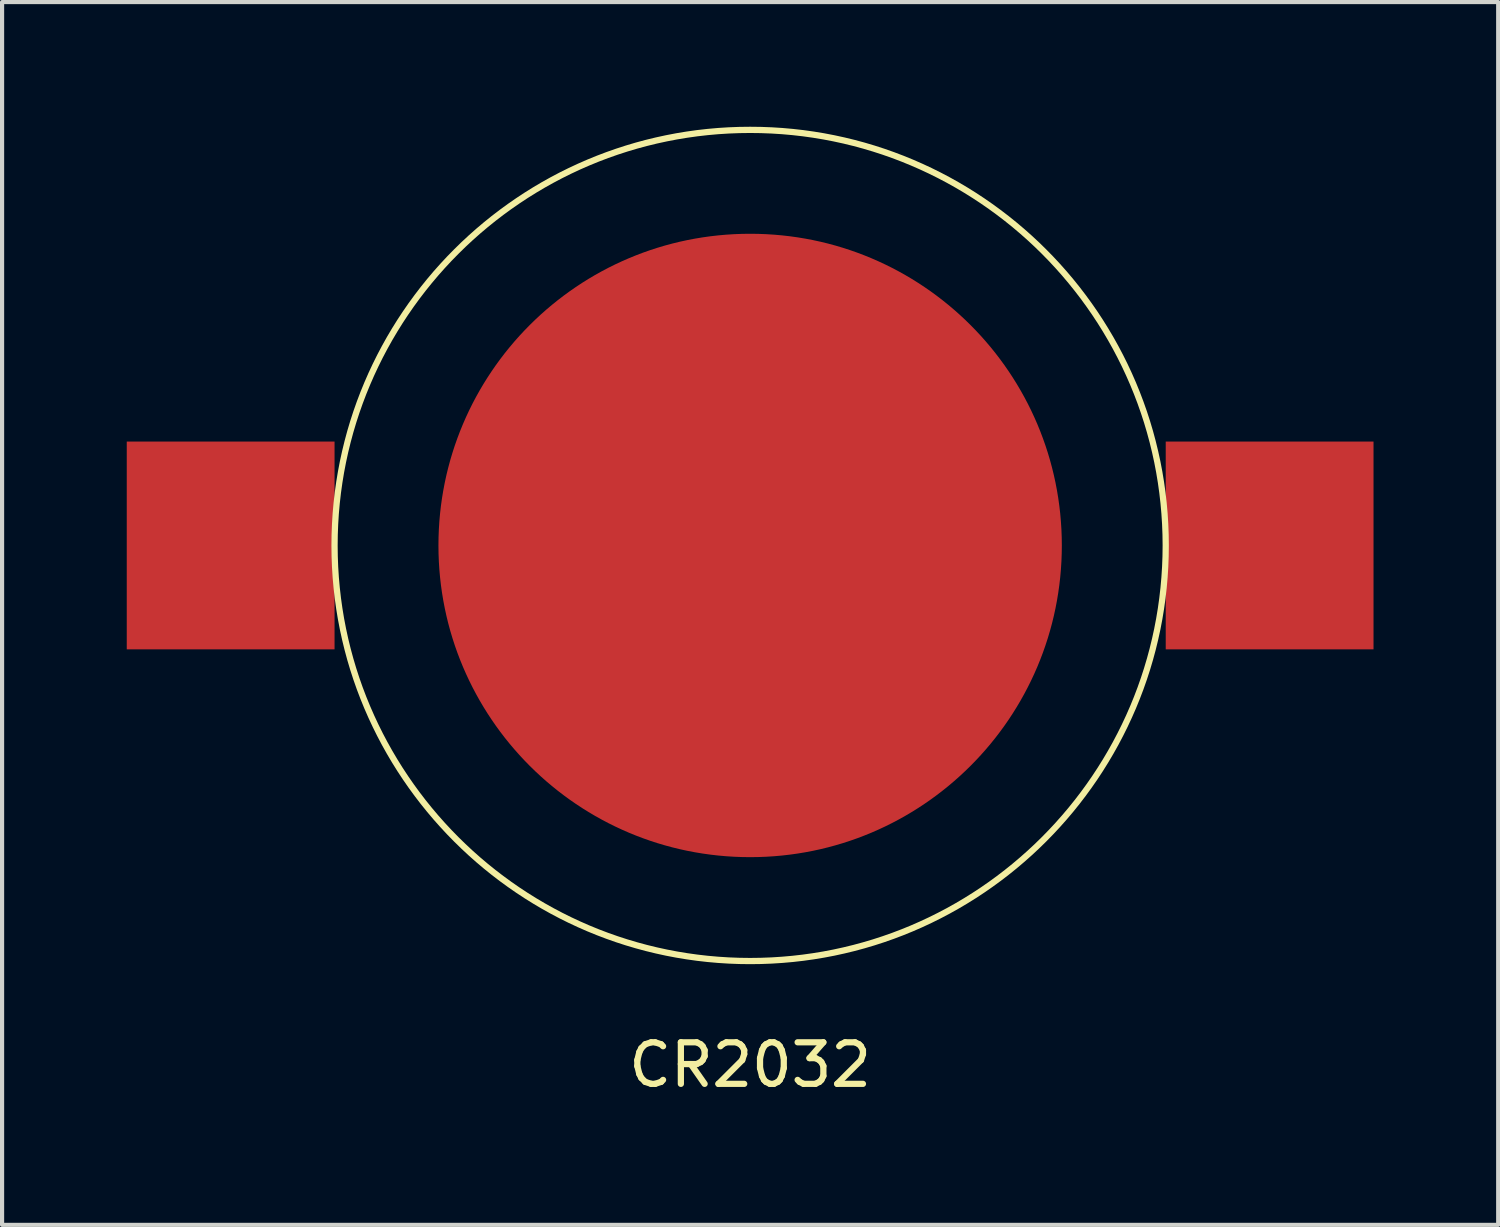
<source format=kicad_pcb>
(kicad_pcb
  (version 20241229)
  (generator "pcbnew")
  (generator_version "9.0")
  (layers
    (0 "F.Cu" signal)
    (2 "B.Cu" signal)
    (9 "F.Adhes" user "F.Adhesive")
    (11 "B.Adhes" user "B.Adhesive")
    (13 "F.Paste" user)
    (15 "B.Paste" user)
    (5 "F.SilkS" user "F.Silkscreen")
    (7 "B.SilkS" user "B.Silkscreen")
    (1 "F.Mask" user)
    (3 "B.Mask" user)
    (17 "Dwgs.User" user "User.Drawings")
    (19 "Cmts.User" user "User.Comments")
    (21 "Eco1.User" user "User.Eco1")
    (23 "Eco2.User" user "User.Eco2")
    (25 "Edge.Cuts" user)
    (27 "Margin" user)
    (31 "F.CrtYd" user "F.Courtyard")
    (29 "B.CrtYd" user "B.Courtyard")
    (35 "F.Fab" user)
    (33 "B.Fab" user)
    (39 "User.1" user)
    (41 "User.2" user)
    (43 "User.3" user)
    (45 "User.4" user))
  (footprint "CR2032"
    (layer "F.Cu")
    (at 15 10.075)
    (property "Reference" "CR2032" (at 0 12.5 0) (layer "F.SilkS") (effects (font (size 1 1) (thickness 0.15))))
    (attr through_hole)
    (fp_circle (center 0 0) (end 10 0) (stroke (width 0.15) (type solid)) (fill no) (layer "F.SilkS"))
    (pad "1" smd rect (at -12.5 0) (size 5 5) (layers "F.Cu" "F.Mask" "F.Paste"))
    (pad "1" smd rect (at 12.5 0) (size 5 5) (layers "F.Cu" "F.Mask" "F.Paste"))
    (pad "2" smd circle (at 0 0) (size 15 15) (layers "F.Cu" "F.Mask" "F.Paste")))
  (gr_rect
    (start -3 -3)
    (end 33 26.423)
    (stroke (width 0.1) (type default))
    (fill no)
    (layer "Edge.Cuts")))
</source>
